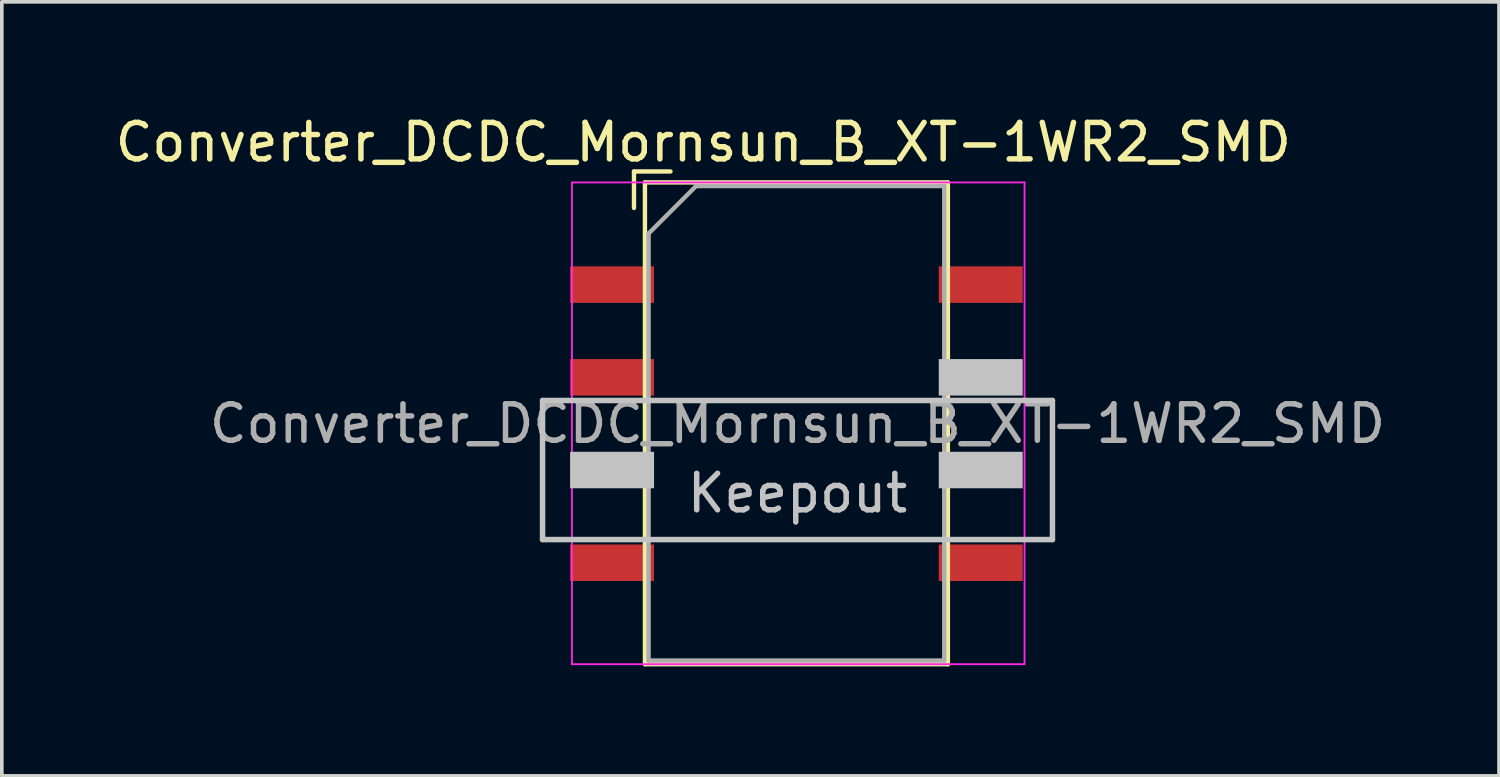
<source format=kicad_pcb>
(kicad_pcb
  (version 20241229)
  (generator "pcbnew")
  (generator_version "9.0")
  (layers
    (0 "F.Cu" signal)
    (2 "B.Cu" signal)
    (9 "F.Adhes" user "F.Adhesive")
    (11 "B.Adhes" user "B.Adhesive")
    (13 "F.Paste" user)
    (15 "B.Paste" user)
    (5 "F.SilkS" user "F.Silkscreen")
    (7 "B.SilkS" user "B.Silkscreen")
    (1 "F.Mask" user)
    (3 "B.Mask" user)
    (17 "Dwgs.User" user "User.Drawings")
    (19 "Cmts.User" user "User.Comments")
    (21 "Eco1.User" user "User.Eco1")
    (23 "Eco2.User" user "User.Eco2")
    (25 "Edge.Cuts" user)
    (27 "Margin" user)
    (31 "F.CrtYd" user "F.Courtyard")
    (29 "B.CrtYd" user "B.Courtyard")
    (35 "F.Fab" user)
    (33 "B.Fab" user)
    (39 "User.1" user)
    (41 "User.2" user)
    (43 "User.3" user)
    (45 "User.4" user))
  (footprint "Converter_DCDC_Mornsun_B_XT-1WR2_SMD"
    (layer "F.Cu")
    (at 18.32 8.548)
    (property "Reference" "Converter_DCDC_Mornsun_B_XT-1WR2_SMD" (at -2.1 -7.7 0) (layer "F.SilkS") (effects (font (size 1 1) (thickness 0.15))))
    (attr smd)
    (fp_line (start -4 -6.9) (end -3 -6.9) (stroke (width 0.12) (type solid)) (layer "F.SilkS"))
    (fp_line (start -4 -5.9) (end -4 -6.9) (stroke (width 0.12) (type solid)) (layer "F.SilkS"))
    (fp_line (start -3.7 -6.6) (end -3.7 6.6) (stroke (width 0.12) (type solid)) (layer "F.SilkS"))
    (fp_line (start -3.7 6.6) (end 4.6 6.6) (stroke (width 0.12) (type solid)) (layer "F.SilkS"))
    (fp_line (start 4.6 -6.6) (end -3.7 -6.6) (stroke (width 0.12) (type solid)) (layer "F.SilkS"))
    (fp_line (start 4.6 6.6) (end 4.6 -6.6) (stroke (width 0.12) (type solid)) (layer "F.SilkS"))
    (fp_line (start -6.505 -0.625) (end 7.465 -0.625) (stroke (width 0.15) (type solid)) (layer "Dwgs.User"))
    (fp_line (start -6.505 3.185) (end -6.505 -0.625) (stroke (width 0.15) (type solid)) (layer "Dwgs.User"))
    (fp_line (start 7.465 -0.625) (end 7.465 3.185) (stroke (width 0.15) (type solid)) (layer "Dwgs.User"))
    (fp_line (start 7.465 3.185) (end -6.505 3.185) (stroke (width 0.15) (type solid)) (layer "Dwgs.User"))
    (fp_line (start -5.7 -6.6) (end -5.7 6.6) (stroke (width 0.05) (type solid)) (layer "F.CrtYd"))
    (fp_line (start -5.7 6.6) (end 6.7 6.6) (stroke (width 0.05) (type solid)) (layer "F.CrtYd"))
    (fp_line (start 6.7 -6.6) (end -5.7 -6.6) (stroke (width 0.05) (type solid)) (layer "F.CrtYd"))
    (fp_line (start 6.7 6.6) (end 6.7 -6.6) (stroke (width 0.05) (type solid)) (layer "F.CrtYd"))
    (fp_line (start -3.6 -5.2) (end -3.6 6.5) (stroke (width 0.12) (type solid)) (layer "F.Fab"))
    (fp_line (start -3.6 6.5) (end 4.5 6.5) (stroke (width 0.12) (type solid)) (layer "F.Fab"))
    (fp_line (start -2.3 -6.5) (end -3.605 -5.195) (stroke (width 0.12) (type solid)) (layer "F.Fab"))
    (fp_line (start 4.5 -6.5) (end -2.3 -6.5) (stroke (width 0.12) (type solid)) (layer "F.Fab"))
    (fp_line (start 4.5 6.5) (end 4.5 -6.5) (stroke (width 0.12) (type solid)) (layer "F.Fab"))
    (fp_text user "Keepout" (at 0.48 1.915 0) (layer "Dwgs.User") (effects (font (size 1 1) (thickness 0.15))))
    (fp_text user "${REFERENCE}" (at 0.48 0.01 0) (layer "F.Fab") (effects (font (size 1 1) (thickness 0.15))))
    (pad "" smd rect (at -4.6 1.28 270) (size 1 2.3) (layers "Dwgs.User"))
    (pad "" smd rect (at 5.5 -1.26 270) (size 1 2.3) (layers "Dwgs.User"))
    (pad "" smd rect (at 5.5 1.28 270) (size 1 2.3) (layers "Dwgs.User"))
    (pad "1" smd rect (at -4.6 -3.8 270) (size 1 2.3) (layers "F.Cu" "F.Mask" "F.Paste"))
    (pad "2" smd rect (at -4.6 -1.26 270) (size 1 2.3) (layers "F.Cu" "F.Mask" "F.Paste"))
    (pad "4" smd rect (at -4.6 3.82 270) (size 1 2.3) (layers "F.Cu" "F.Mask" "F.Paste"))
    (pad "5" smd rect (at 5.5 3.82 270) (size 1 2.3) (layers "F.Cu" "F.Mask" "F.Paste"))
    (pad "8" smd rect (at 5.5 -3.8 270) (size 1 2.3) (layers "F.Cu" "F.Mask" "F.Paste")))
  (gr_rect
    (start -3 -3)
    (end 38.02 18.208)
    (stroke (width 0.1) (type default))
    (fill no)
    (layer "Edge.Cuts")))
</source>
